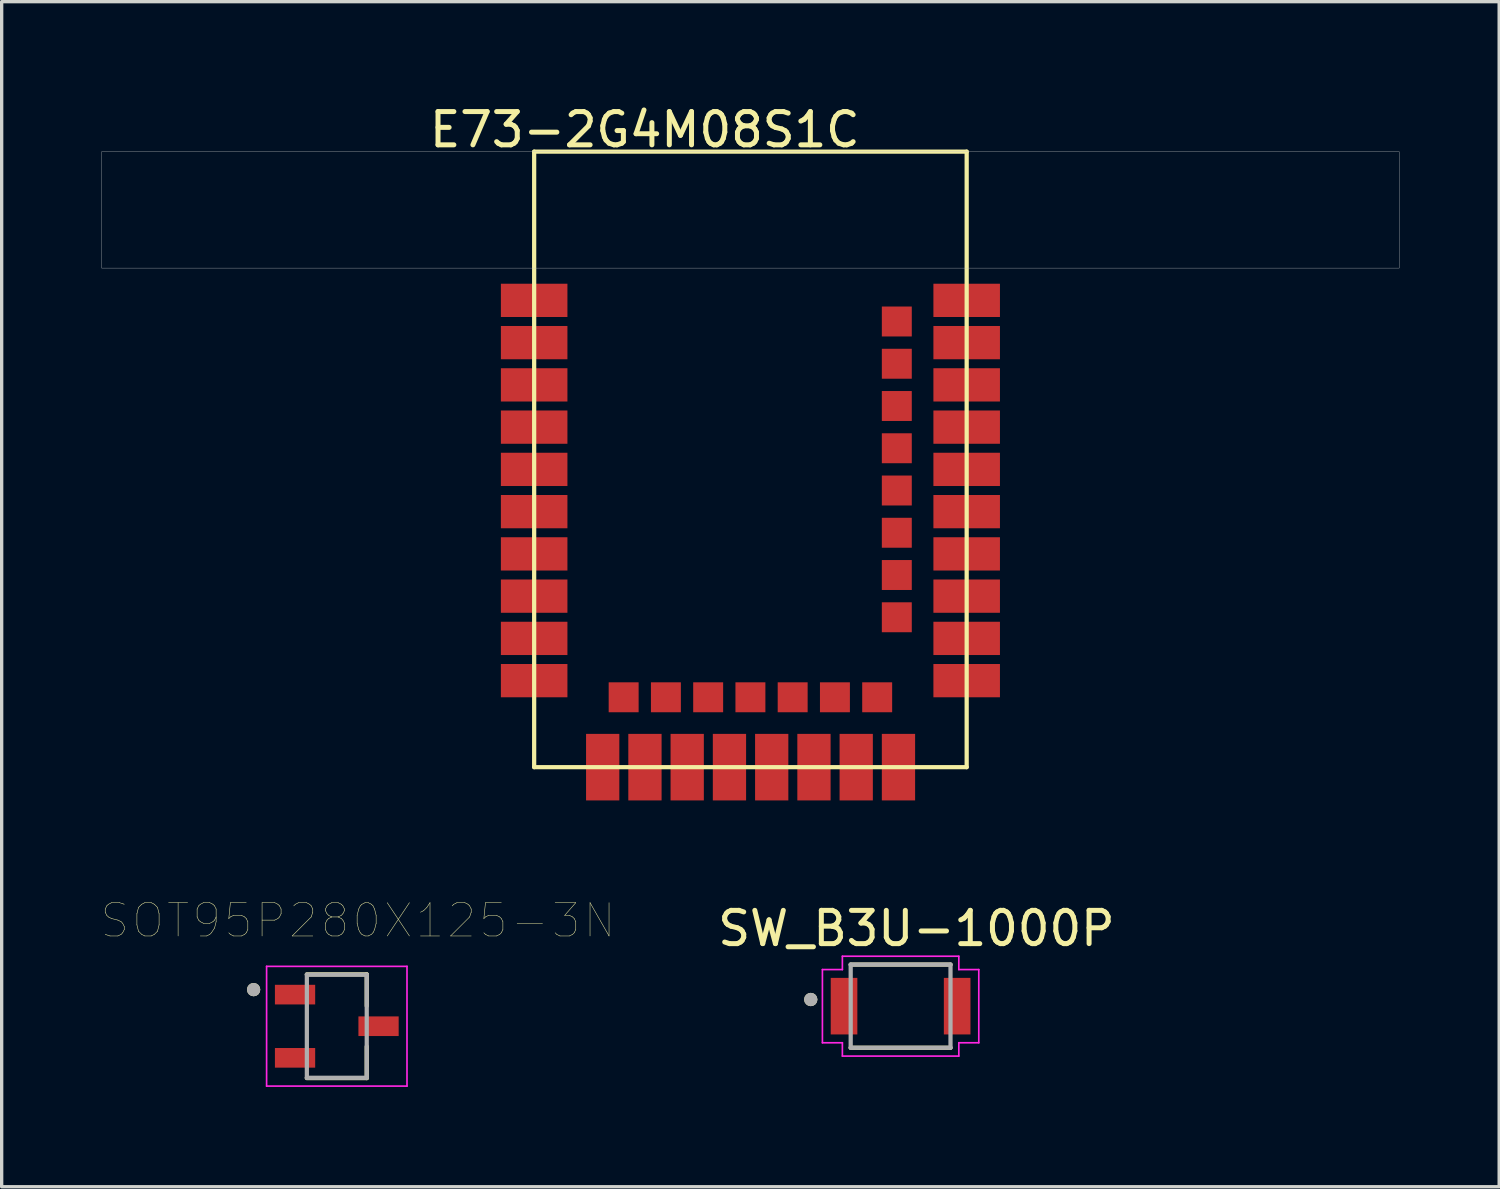
<source format=kicad_pcb>
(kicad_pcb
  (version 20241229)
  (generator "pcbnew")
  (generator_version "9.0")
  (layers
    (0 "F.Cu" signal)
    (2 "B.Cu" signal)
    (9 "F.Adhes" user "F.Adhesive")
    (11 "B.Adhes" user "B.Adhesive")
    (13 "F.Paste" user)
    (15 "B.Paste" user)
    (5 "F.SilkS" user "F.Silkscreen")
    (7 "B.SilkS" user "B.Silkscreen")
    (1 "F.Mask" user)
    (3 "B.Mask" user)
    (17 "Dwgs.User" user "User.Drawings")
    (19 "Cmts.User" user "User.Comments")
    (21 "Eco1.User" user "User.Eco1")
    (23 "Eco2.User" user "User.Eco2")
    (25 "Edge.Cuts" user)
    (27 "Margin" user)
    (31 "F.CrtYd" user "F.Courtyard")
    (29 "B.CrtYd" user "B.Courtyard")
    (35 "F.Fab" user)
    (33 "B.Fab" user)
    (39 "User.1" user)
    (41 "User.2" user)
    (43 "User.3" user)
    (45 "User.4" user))
  (footprint "SW_B3U-1000P"
    (layer "F.Cu")
    (at 24.019 27.192)
    (property "Reference" "SW_B3U-1000P" (at 0.475 -2.335 0) (layer "F.SilkS") (effects (font (size 1 1) (thickness 0.15))))
    (attr through_hole)
    (fp_line (start -1.5 -1.25) (end 1.5 -1.25) (stroke (width 0.127) (type solid)) (layer "F.SilkS"))
    (fp_line (start -1.5 1.25) (end 1.5 1.25) (stroke (width 0.127) (type solid)) (layer "F.SilkS"))
    (fp_circle (center -2.7 -0.2) (end -2.6 -0.2) (stroke (width 0.2) (type solid)) (fill no) (layer "F.SilkS"))
    (fp_line (start -2.35 -1.1) (end -1.75 -1.1) (stroke (width 0.05) (type solid)) (layer "F.CrtYd"))
    (fp_line (start -2.35 1.1) (end -2.35 -1.1) (stroke (width 0.05) (type solid)) (layer "F.CrtYd"))
    (fp_line (start -1.75 -1.5) (end 1.75 -1.5) (stroke (width 0.05) (type solid)) (layer "F.CrtYd"))
    (fp_line (start -1.75 -1.1) (end -1.75 -1.5) (stroke (width 0.05) (type solid)) (layer "F.CrtYd"))
    (fp_line (start -1.75 1.1) (end -2.35 1.1) (stroke (width 0.05) (type solid)) (layer "F.CrtYd"))
    (fp_line (start -1.75 1.5) (end -1.75 1.1) (stroke (width 0.05) (type solid)) (layer "F.CrtYd"))
    (fp_line (start 1.75 -1.5) (end 1.75 -1.1) (stroke (width 0.05) (type solid)) (layer "F.CrtYd"))
    (fp_line (start 1.75 -1.1) (end 2.35 -1.1) (stroke (width 0.05) (type solid)) (layer "F.CrtYd"))
    (fp_line (start 1.75 1.1) (end 1.75 1.5) (stroke (width 0.05) (type solid)) (layer "F.CrtYd"))
    (fp_line (start 1.75 1.5) (end -1.75 1.5) (stroke (width 0.05) (type solid)) (layer "F.CrtYd"))
    (fp_line (start 2.35 -1.1) (end 2.35 1.1) (stroke (width 0.05) (type solid)) (layer "F.CrtYd"))
    (fp_line (start 2.35 1.1) (end 1.75 1.1) (stroke (width 0.05) (type solid)) (layer "F.CrtYd"))
    (fp_line (start -1.5 1.25) (end -1.5 -1.25) (stroke (width 0.127) (type solid)) (layer "F.Fab"))
    (fp_line (start 1.5 -1.25) (end -1.5 -1.25) (stroke (width 0.127) (type solid)) (layer "F.Fab"))
    (fp_line (start 1.5 -1.25) (end 1.5 1.25) (stroke (width 0.127) (type solid)) (layer "F.Fab"))
    (fp_line (start 1.5 1.25) (end -1.5 1.25) (stroke (width 0.127) (type solid)) (layer "F.Fab"))
    (fp_circle (center -2.7 -0.2) (end -2.6 -0.2) (stroke (width 0.2) (type solid)) (fill no) (layer "F.Fab"))
    (pad "1" smd rect (at -1.7 0 90) (size 1.7 0.8) (layers "F.Cu" "F.Mask" "F.Paste"))
    (pad "2" smd rect (at 1.7 0 90) (size 1.7 0.8) (layers "F.Cu" "F.Mask" "F.Paste")))
  (footprint "SOT95P280X125-3N"
    (layer "F.Cu")
    (at 7.073 27.795)
    (property "Reference" "SOT95P280X125-3N" (at 0.635 -3.175 0) (layer "F.SilkS") (effects (font (size 1 1) (thickness 0.015))))
    (attr through_hole)
    (fp_line (start -0.9 -1.559) (end 0.9 -1.559) (stroke (width 0.127) (type solid)) (layer "F.SilkS"))
    (fp_line (start 0.9 -1.559) (end 0.9 -0.609) (stroke (width 0.127) (type solid)) (layer "F.SilkS"))
    (fp_line (start 0.9 0.609) (end 0.9 1.559) (stroke (width 0.127) (type solid)) (layer "F.SilkS"))
    (fp_line (start 0.9 1.559) (end -0.9 1.559) (stroke (width 0.127) (type solid)) (layer "F.SilkS"))
    (fp_circle (center -2.5 -1.1) (end -2.4 -1.1) (stroke (width 0.2) (type solid)) (fill no) (layer "F.SilkS"))
    (fp_line (start -2.11 -1.8) (end 2.11 -1.8) (stroke (width 0.05) (type solid)) (layer "F.CrtYd"))
    (fp_line (start -2.11 1.8) (end -2.11 -1.8) (stroke (width 0.05) (type solid)) (layer "F.CrtYd"))
    (fp_line (start 2.11 -1.8) (end 2.11 1.8) (stroke (width 0.05) (type solid)) (layer "F.CrtYd"))
    (fp_line (start 2.11 1.8) (end -2.11 1.8) (stroke (width 0.05) (type solid)) (layer "F.CrtYd"))
    (fp_line (start -0.9 -1.55) (end -0.9 1.55) (stroke (width 0.127) (type solid)) (layer "F.Fab"))
    (fp_line (start -0.9 1.55) (end 0.9 1.55) (stroke (width 0.127) (type solid)) (layer "F.Fab"))
    (fp_line (start 0.9 -1.55) (end -0.9 -1.55) (stroke (width 0.127) (type solid)) (layer "F.Fab"))
    (fp_line (start 0.9 1.55) (end 0.9 -1.55) (stroke (width 0.127) (type solid)) (layer "F.Fab"))
    (fp_circle (center -2.5 -1.1) (end -2.4 -1.1) (stroke (width 0.2) (type solid)) (fill no) (layer "F.Fab"))
    (pad "1" smd rect (at -1.255 -0.95) (size 1.21 0.59) (layers "F.Cu" "F.Mask" "F.Paste"))
    (pad "2" smd rect (at -1.255 0.95) (size 1.21 0.59) (layers "F.Cu" "F.Mask" "F.Paste"))
    (pad "3" smd rect (at 1.255 0) (size 1.21 0.59) (layers "F.Cu" "F.Mask" "F.Paste")))
  (footprint "E73-2G4M08S1C"
    (layer "F.Cu")
    (at 19.505 11.008)
    (property "Reference" "E73-2G4M08S1C" (at -3.175 -10.16 0) (layer "F.SilkS") (effects (font (size 1 1) (thickness 0.15))))
    (attr through_hole)
    (fp_line (start -6.5 -9.5) (end -6.5 9) (stroke (width 0.127) (type solid)) (layer "F.SilkS"))
    (fp_line (start -6.5 9) (end 6.5 9) (stroke (width 0.127) (type solid)) (layer "F.SilkS"))
    (fp_line (start 6.5 -9.5) (end -6.5 -9.5) (stroke (width 0.127) (type solid)) (layer "F.SilkS"))
    (fp_line (start 6.5 9) (end 6.5 -9.5) (stroke (width 0.127) (type solid)) (layer "F.SilkS"))
    (fp_poly (pts (xy -19.5 -9.5) (xy 19.5 -9.5) (xy 19.5 -6) (xy -19.5 -6)) (stroke (width 0.01) (type solid)) (fill no) (layer "Dwgs.User"))
    (pad "1" smd rect (at -6.5 -5.03) (size 2 1) (layers "F.Cu" "F.Mask" "F.Paste"))
    (pad "2" smd rect (at -6.5 -3.76) (size 2 1) (layers "F.Cu" "F.Mask" "F.Paste"))
    (pad "3" smd rect (at -6.5 -2.49) (size 2 1) (layers "F.Cu" "F.Mask" "F.Paste"))
    (pad "4" smd rect (at -6.5 -1.22) (size 2 1) (layers "F.Cu" "F.Mask" "F.Paste"))
    (pad "5" smd rect (at -6.5 0.05) (size 2 1) (layers "F.Cu" "F.Mask" "F.Paste"))
    (pad "6" smd rect (at -6.5 1.32) (size 2 1) (layers "F.Cu" "F.Mask" "F.Paste"))
    (pad "7" smd rect (at -6.5 2.59) (size 2 1) (layers "F.Cu" "F.Mask" "F.Paste"))
    (pad "8" smd rect (at -6.5 3.86) (size 2 1) (layers "F.Cu" "F.Mask" "F.Paste"))
    (pad "9" smd rect (at -6.5 5.13) (size 2 1) (layers "F.Cu" "F.Mask" "F.Paste"))
    (pad "10" smd rect (at -6.5 6.4) (size 2 1) (layers "F.Cu" "F.Mask" "F.Paste"))
    (pad "11" smd rect (at -4.44 9) (size 1 2) (layers "F.Cu" "F.Mask" "F.Paste"))
    (pad "12" smd rect (at -3.81 6.9) (size 0.9 0.9) (layers "F.Cu" "F.Mask" "F.Paste"))
    (pad "13" smd rect (at -3.17 9) (size 1 2) (layers "F.Cu" "F.Mask" "F.Paste"))
    (pad "14" smd rect (at -2.54 6.9) (size 0.9 0.9) (layers "F.Cu" "F.Mask" "F.Paste"))
    (pad "15" smd rect (at -1.9 9) (size 1 2) (layers "F.Cu" "F.Mask" "F.Paste"))
    (pad "16" smd rect (at -1.27 6.9) (size 0.9 0.9) (layers "F.Cu" "F.Mask" "F.Paste"))
    (pad "17" smd rect (at -0.63 9) (size 1 2) (layers "F.Cu" "F.Mask" "F.Paste"))
    (pad "18" smd rect (at 0 6.9) (size 0.9 0.9) (layers "F.Cu" "F.Mask" "F.Paste"))
    (pad "19" smd rect (at 0.64 9) (size 1 2) (layers "F.Cu" "F.Mask" "F.Paste"))
    (pad "20" smd rect (at 1.27 6.9) (size 0.9 0.9) (layers "F.Cu" "F.Mask" "F.Paste"))
    (pad "21" smd rect (at 1.91 9) (size 1 2) (layers "F.Cu" "F.Mask" "F.Paste"))
    (pad "22" smd rect (at 2.54 6.9) (size 0.9 0.9) (layers "F.Cu" "F.Mask" "F.Paste"))
    (pad "23" smd rect (at 3.18 9) (size 1 2) (layers "F.Cu" "F.Mask" "F.Paste"))
    (pad "24" smd rect (at 3.81 6.9) (size 0.9 0.9) (layers "F.Cu" "F.Mask" "F.Paste"))
    (pad "25" smd rect (at 4.45 9) (size 1 2) (layers "F.Cu" "F.Mask" "F.Paste"))
    (pad "26" smd rect (at 6.5 6.4) (size 2 1) (layers "F.Cu" "F.Mask" "F.Paste"))
    (pad "27" smd rect (at 6.5 5.13) (size 2 1) (layers "F.Cu" "F.Mask" "F.Paste"))
    (pad "28" smd rect (at 4.4 4.495) (size 0.9 0.9) (layers "F.Cu" "F.Mask" "F.Paste"))
    (pad "29" smd rect (at 6.5 3.86) (size 2 1) (layers "F.Cu" "F.Mask" "F.Paste"))
    (pad "30" smd rect (at 4.4 3.225) (size 0.9 0.9) (layers "F.Cu" "F.Mask" "F.Paste"))
    (pad "31" smd rect (at 6.5 2.59) (size 2 1) (layers "F.Cu" "F.Mask" "F.Paste"))
    (pad "32" smd rect (at 4.4 1.955) (size 0.9 0.9) (layers "F.Cu" "F.Mask" "F.Paste"))
    (pad "33" smd rect (at 6.5 1.32) (size 2 1) (layers "F.Cu" "F.Mask" "F.Paste"))
    (pad "34" smd rect (at 4.4 0.685) (size 0.9 0.9) (layers "F.Cu" "F.Mask" "F.Paste"))
    (pad "35" smd rect (at 6.5 0.05) (size 2 1) (layers "F.Cu" "F.Mask" "F.Paste"))
    (pad "36" smd rect (at 4.4 -0.585) (size 0.9 0.9) (layers "F.Cu" "F.Mask" "F.Paste"))
    (pad "37" smd rect (at 6.5 -1.22) (size 2 1) (layers "F.Cu" "F.Mask" "F.Paste"))
    (pad "38" smd rect (at 4.4 -1.855) (size 0.9 0.9) (layers "F.Cu" "F.Mask" "F.Paste"))
    (pad "39" smd rect (at 6.5 -2.49) (size 2 1) (layers "F.Cu" "F.Mask" "F.Paste"))
    (pad "40" smd rect (at 4.4 -3.125) (size 0.9 0.9) (layers "F.Cu" "F.Mask" "F.Paste"))
    (pad "41" smd rect (at 6.5 -3.76) (size 2 1) (layers "F.Cu" "F.Mask" "F.Paste"))
    (pad "42" smd rect (at 4.4 -4.395) (size 0.9 0.9) (layers "F.Cu" "F.Mask" "F.Paste"))
    (pad "43" smd rect (at 6.5 -5.03) (size 2 1) (layers "F.Cu" "F.Mask" "F.Paste")))
  (gr_rect
    (start -3 -3)
    (end 42.01 32.62)
    (stroke (width 0.1) (type default))
    (fill no)
    (layer "Edge.Cuts")))
</source>
